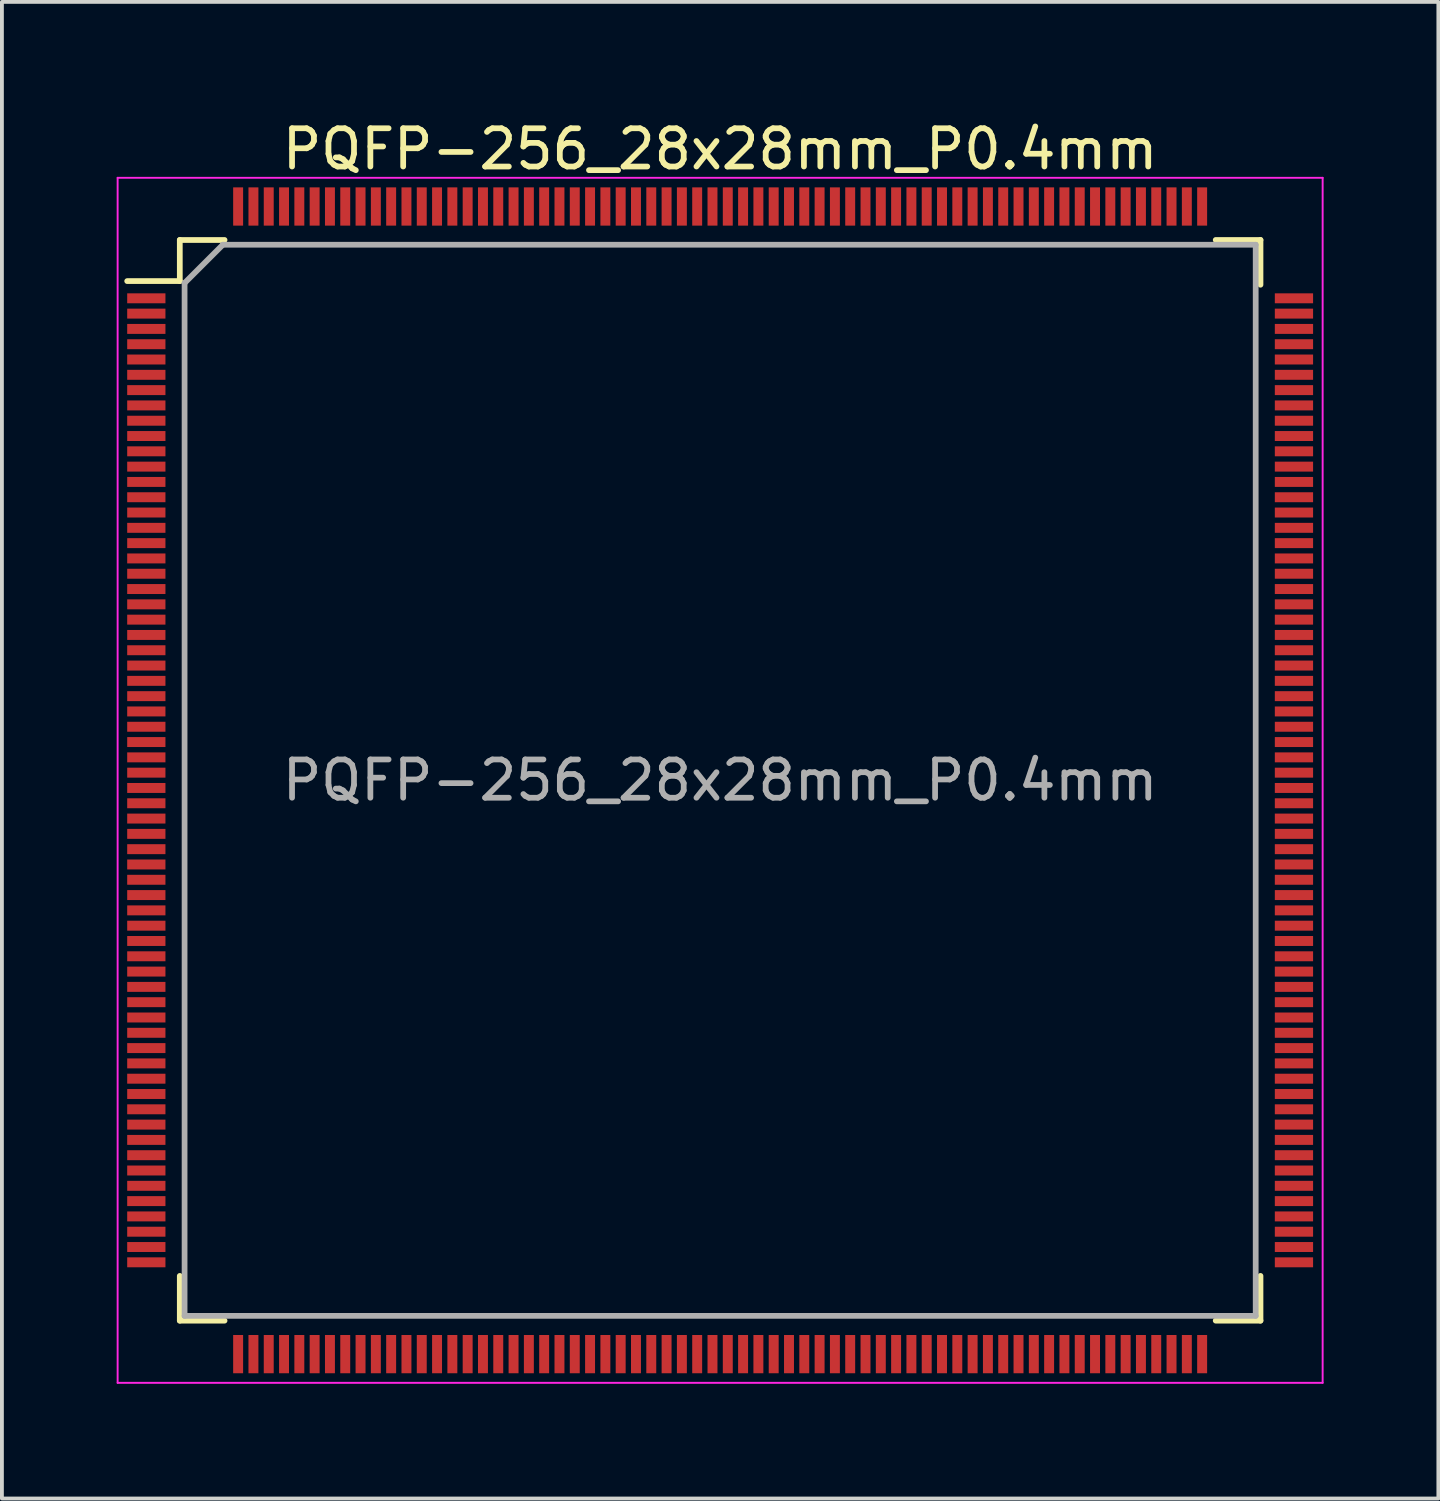
<source format=kicad_pcb>
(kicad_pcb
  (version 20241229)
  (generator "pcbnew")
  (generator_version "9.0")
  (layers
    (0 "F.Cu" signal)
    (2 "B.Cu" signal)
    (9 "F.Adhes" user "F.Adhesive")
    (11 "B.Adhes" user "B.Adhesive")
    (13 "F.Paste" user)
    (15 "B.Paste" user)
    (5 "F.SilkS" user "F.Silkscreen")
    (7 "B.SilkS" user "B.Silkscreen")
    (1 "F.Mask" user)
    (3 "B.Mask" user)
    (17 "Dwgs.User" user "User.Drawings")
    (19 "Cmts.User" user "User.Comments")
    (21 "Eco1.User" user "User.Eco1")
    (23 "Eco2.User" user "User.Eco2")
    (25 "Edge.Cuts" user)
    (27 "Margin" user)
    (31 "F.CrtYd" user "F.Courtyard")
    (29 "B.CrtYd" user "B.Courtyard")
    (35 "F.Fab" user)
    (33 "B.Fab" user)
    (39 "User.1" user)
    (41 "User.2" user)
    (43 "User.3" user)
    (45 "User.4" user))
  (footprint "PQFP-256_28x28mm_P0.4mm"
    (layer "F.Cu")
    (at 15.775 17.348)
    (property "Reference" "PQFP-256_28x28mm_P0.4mm" (at 0 -16.5 0) (layer "F.SilkS") (effects (font (size 1 1) (thickness 0.15))))
    (attr smd)
    (fp_line (start -14.125 -14.125) (end -14.125 -13.05) (stroke (width 0.15) (type solid)) (layer "F.SilkS"))
    (fp_line (start -14.125 -14.125) (end -12.955 -14.125) (stroke (width 0.15) (type solid)) (layer "F.SilkS"))
    (fp_line (start -14.125 -13.05) (end -15.5 -13.05) (stroke (width 0.15) (type solid)) (layer "F.SilkS"))
    (fp_line (start -14.125 14.125) (end -14.125 12.955) (stroke (width 0.15) (type solid)) (layer "F.SilkS"))
    (fp_line (start -14.125 14.125) (end -12.955 14.125) (stroke (width 0.15) (type solid)) (layer "F.SilkS"))
    (fp_line (start 14.125 -14.125) (end 12.955 -14.125) (stroke (width 0.15) (type solid)) (layer "F.SilkS"))
    (fp_line (start 14.125 -14.125) (end 14.125 -12.955) (stroke (width 0.15) (type solid)) (layer "F.SilkS"))
    (fp_line (start 14.125 14.125) (end 12.955 14.125) (stroke (width 0.15) (type solid)) (layer "F.SilkS"))
    (fp_line (start 14.125 14.125) (end 14.125 12.955) (stroke (width 0.15) (type solid)) (layer "F.SilkS"))
    (fp_line (start -15.75 -15.75) (end -15.75 15.75) (stroke (width 0.05) (type solid)) (layer "F.CrtYd"))
    (fp_line (start -15.75 -15.75) (end 15.75 -15.75) (stroke (width 0.05) (type solid)) (layer "F.CrtYd"))
    (fp_line (start -15.75 15.75) (end 15.75 15.75) (stroke (width 0.05) (type solid)) (layer "F.CrtYd"))
    (fp_line (start 15.75 -15.75) (end 15.75 15.75) (stroke (width 0.05) (type solid)) (layer "F.CrtYd"))
    (fp_line (start -14 -13) (end -13 -14) (stroke (width 0.15) (type solid)) (layer "F.Fab"))
    (fp_line (start -14 14) (end -14 -13) (stroke (width 0.15) (type solid)) (layer "F.Fab"))
    (fp_line (start -13 -14) (end 14 -14) (stroke (width 0.15) (type solid)) (layer "F.Fab"))
    (fp_line (start 14 -14) (end 14 14) (stroke (width 0.15) (type solid)) (layer "F.Fab"))
    (fp_line (start 14 14) (end -14 14) (stroke (width 0.15) (type solid)) (layer "F.Fab"))
    (fp_text user "${REFERENCE}" (at 0 0 0) (layer "F.Fab") (effects (font (size 1 1) (thickness 0.15))))
    (pad "1" smd rect (at -15 -12.6) (size 1 0.26) (layers "F.Cu" "F.Mask" "F.Paste"))
    (pad "2" smd rect (at -15 -12.2) (size 1 0.26) (layers "F.Cu" "F.Mask" "F.Paste"))
    (pad "3" smd rect (at -15 -11.8) (size 1 0.26) (layers "F.Cu" "F.Mask" "F.Paste"))
    (pad "4" smd rect (at -15 -11.4) (size 1 0.26) (layers "F.Cu" "F.Mask" "F.Paste"))
    (pad "5" smd rect (at -15 -11) (size 1 0.26) (layers "F.Cu" "F.Mask" "F.Paste"))
    (pad "6" smd rect (at -15 -10.6) (size 1 0.26) (layers "F.Cu" "F.Mask" "F.Paste"))
    (pad "7" smd rect (at -15 -10.2) (size 1 0.26) (layers "F.Cu" "F.Mask" "F.Paste"))
    (pad "8" smd rect (at -15 -9.8) (size 1 0.26) (layers "F.Cu" "F.Mask" "F.Paste"))
    (pad "9" smd rect (at -15 -9.4) (size 1 0.26) (layers "F.Cu" "F.Mask" "F.Paste"))
    (pad "10" smd rect (at -15 -9) (size 1 0.26) (layers "F.Cu" "F.Mask" "F.Paste"))
    (pad "11" smd rect (at -15 -8.6) (size 1 0.26) (layers "F.Cu" "F.Mask" "F.Paste"))
    (pad "12" smd rect (at -15 -8.2) (size 1 0.26) (layers "F.Cu" "F.Mask" "F.Paste"))
    (pad "13" smd rect (at -15 -7.8) (size 1 0.26) (layers "F.Cu" "F.Mask" "F.Paste"))
    (pad "14" smd rect (at -15 -7.4) (size 1 0.26) (layers "F.Cu" "F.Mask" "F.Paste"))
    (pad "15" smd rect (at -15 -7) (size 1 0.26) (layers "F.Cu" "F.Mask" "F.Paste"))
    (pad "16" smd rect (at -15 -6.6) (size 1 0.26) (layers "F.Cu" "F.Mask" "F.Paste"))
    (pad "17" smd rect (at -15 -6.2) (size 1 0.26) (layers "F.Cu" "F.Mask" "F.Paste"))
    (pad "18" smd rect (at -15 -5.8) (size 1 0.26) (layers "F.Cu" "F.Mask" "F.Paste"))
    (pad "19" smd rect (at -15 -5.4) (size 1 0.26) (layers "F.Cu" "F.Mask" "F.Paste"))
    (pad "20" smd rect (at -15 -5) (size 1 0.26) (layers "F.Cu" "F.Mask" "F.Paste"))
    (pad "21" smd rect (at -15 -4.6) (size 1 0.26) (layers "F.Cu" "F.Mask" "F.Paste"))
    (pad "22" smd rect (at -15 -4.2) (size 1 0.26) (layers "F.Cu" "F.Mask" "F.Paste"))
    (pad "23" smd rect (at -15 -3.8) (size 1 0.26) (layers "F.Cu" "F.Mask" "F.Paste"))
    (pad "24" smd rect (at -15 -3.4) (size 1 0.26) (layers "F.Cu" "F.Mask" "F.Paste"))
    (pad "25" smd rect (at -15 -3) (size 1 0.26) (layers "F.Cu" "F.Mask" "F.Paste"))
    (pad "26" smd rect (at -15 -2.6) (size 1 0.26) (layers "F.Cu" "F.Mask" "F.Paste"))
    (pad "27" smd rect (at -15 -2.2) (size 1 0.26) (layers "F.Cu" "F.Mask" "F.Paste"))
    (pad "28" smd rect (at -15 -1.8) (size 1 0.26) (layers "F.Cu" "F.Mask" "F.Paste"))
    (pad "29" smd rect (at -15 -1.4) (size 1 0.26) (layers "F.Cu" "F.Mask" "F.Paste"))
    (pad "30" smd rect (at -15 -1) (size 1 0.26) (layers "F.Cu" "F.Mask" "F.Paste"))
    (pad "31" smd rect (at -15 -0.6) (size 1 0.26) (layers "F.Cu" "F.Mask" "F.Paste"))
    (pad "32" smd rect (at -15 -0.2) (size 1 0.26) (layers "F.Cu" "F.Mask" "F.Paste"))
    (pad "33" smd rect (at -15 0.2) (size 1 0.26) (layers "F.Cu" "F.Mask" "F.Paste"))
    (pad "34" smd rect (at -15 0.6) (size 1 0.26) (layers "F.Cu" "F.Mask" "F.Paste"))
    (pad "35" smd rect (at -15 1) (size 1 0.26) (layers "F.Cu" "F.Mask" "F.Paste"))
    (pad "36" smd rect (at -15 1.4) (size 1 0.26) (layers "F.Cu" "F.Mask" "F.Paste"))
    (pad "37" smd rect (at -15 1.8) (size 1 0.26) (layers "F.Cu" "F.Mask" "F.Paste"))
    (pad "38" smd rect (at -15 2.2) (size 1 0.26) (layers "F.Cu" "F.Mask" "F.Paste"))
    (pad "39" smd rect (at -15 2.6) (size 1 0.26) (layers "F.Cu" "F.Mask" "F.Paste"))
    (pad "40" smd rect (at -15 3) (size 1 0.26) (layers "F.Cu" "F.Mask" "F.Paste"))
    (pad "41" smd rect (at -15 3.4) (size 1 0.26) (layers "F.Cu" "F.Mask" "F.Paste"))
    (pad "42" smd rect (at -15 3.8) (size 1 0.26) (layers "F.Cu" "F.Mask" "F.Paste"))
    (pad "43" smd rect (at -15 4.2) (size 1 0.26) (layers "F.Cu" "F.Mask" "F.Paste"))
    (pad "44" smd rect (at -15 4.6) (size 1 0.26) (layers "F.Cu" "F.Mask" "F.Paste"))
    (pad "45" smd rect (at -15 5) (size 1 0.26) (layers "F.Cu" "F.Mask" "F.Paste"))
    (pad "46" smd rect (at -15 5.4) (size 1 0.26) (layers "F.Cu" "F.Mask" "F.Paste"))
    (pad "47" smd rect (at -15 5.8) (size 1 0.26) (layers "F.Cu" "F.Mask" "F.Paste"))
    (pad "48" smd rect (at -15 6.2) (size 1 0.26) (layers "F.Cu" "F.Mask" "F.Paste"))
    (pad "49" smd rect (at -15 6.6) (size 1 0.26) (layers "F.Cu" "F.Mask" "F.Paste"))
    (pad "50" smd rect (at -15 7) (size 1 0.26) (layers "F.Cu" "F.Mask" "F.Paste"))
    (pad "51" smd rect (at -15 7.4) (size 1 0.26) (layers "F.Cu" "F.Mask" "F.Paste"))
    (pad "52" smd rect (at -15 7.8) (size 1 0.26) (layers "F.Cu" "F.Mask" "F.Paste"))
    (pad "53" smd rect (at -15 8.2) (size 1 0.26) (layers "F.Cu" "F.Mask" "F.Paste"))
    (pad "54" smd rect (at -15 8.6) (size 1 0.26) (layers "F.Cu" "F.Mask" "F.Paste"))
    (pad "55" smd rect (at -15 9) (size 1 0.26) (layers "F.Cu" "F.Mask" "F.Paste"))
    (pad "56" smd rect (at -15 9.4) (size 1 0.26) (layers "F.Cu" "F.Mask" "F.Paste"))
    (pad "57" smd rect (at -15 9.8) (size 1 0.26) (layers "F.Cu" "F.Mask" "F.Paste"))
    (pad "58" smd rect (at -15 10.2) (size 1 0.26) (layers "F.Cu" "F.Mask" "F.Paste"))
    (pad "59" smd rect (at -15 10.6) (size 1 0.26) (layers "F.Cu" "F.Mask" "F.Paste"))
    (pad "60" smd rect (at -15 11) (size 1 0.26) (layers "F.Cu" "F.Mask" "F.Paste"))
    (pad "61" smd rect (at -15 11.4) (size 1 0.26) (layers "F.Cu" "F.Mask" "F.Paste"))
    (pad "62" smd rect (at -15 11.8) (size 1 0.26) (layers "F.Cu" "F.Mask" "F.Paste"))
    (pad "63" smd rect (at -15 12.2) (size 1 0.26) (layers "F.Cu" "F.Mask" "F.Paste"))
    (pad "64" smd rect (at -15 12.6) (size 1 0.26) (layers "F.Cu" "F.Mask" "F.Paste"))
    (pad "65" smd rect (at -12.6 15 90) (size 1 0.26) (layers "F.Cu" "F.Mask" "F.Paste"))
    (pad "66" smd rect (at -12.2 15 90) (size 1 0.26) (layers "F.Cu" "F.Mask" "F.Paste"))
    (pad "67" smd rect (at -11.8 15 90) (size 1 0.26) (layers "F.Cu" "F.Mask" "F.Paste"))
    (pad "68" smd rect (at -11.4 15 90) (size 1 0.26) (layers "F.Cu" "F.Mask" "F.Paste"))
    (pad "69" smd rect (at -11 15 90) (size 1 0.26) (layers "F.Cu" "F.Mask" "F.Paste"))
    (pad "70" smd rect (at -10.6 15 90) (size 1 0.26) (layers "F.Cu" "F.Mask" "F.Paste"))
    (pad "71" smd rect (at -10.2 15 90) (size 1 0.26) (layers "F.Cu" "F.Mask" "F.Paste"))
    (pad "72" smd rect (at -9.8 15 90) (size 1 0.26) (layers "F.Cu" "F.Mask" "F.Paste"))
    (pad "73" smd rect (at -9.4 15 90) (size 1 0.26) (layers "F.Cu" "F.Mask" "F.Paste"))
    (pad "74" smd rect (at -9 15 90) (size 1 0.26) (layers "F.Cu" "F.Mask" "F.Paste"))
    (pad "75" smd rect (at -8.6 15 90) (size 1 0.26) (layers "F.Cu" "F.Mask" "F.Paste"))
    (pad "76" smd rect (at -8.2 15 90) (size 1 0.26) (layers "F.Cu" "F.Mask" "F.Paste"))
    (pad "77" smd rect (at -7.8 15 90) (size 1 0.26) (layers "F.Cu" "F.Mask" "F.Paste"))
    (pad "78" smd rect (at -7.4 15 90) (size 1 0.26) (layers "F.Cu" "F.Mask" "F.Paste"))
    (pad "79" smd rect (at -7 15 90) (size 1 0.26) (layers "F.Cu" "F.Mask" "F.Paste"))
    (pad "80" smd rect (at -6.6 15 90) (size 1 0.26) (layers "F.Cu" "F.Mask" "F.Paste"))
    (pad "81" smd rect (at -6.2 15 90) (size 1 0.26) (layers "F.Cu" "F.Mask" "F.Paste"))
    (pad "82" smd rect (at -5.8 15 90) (size 1 0.26) (layers "F.Cu" "F.Mask" "F.Paste"))
    (pad "83" smd rect (at -5.4 15 90) (size 1 0.26) (layers "F.Cu" "F.Mask" "F.Paste"))
    (pad "84" smd rect (at -5 15 90) (size 1 0.26) (layers "F.Cu" "F.Mask" "F.Paste"))
    (pad "85" smd rect (at -4.6 15 90) (size 1 0.26) (layers "F.Cu" "F.Mask" "F.Paste"))
    (pad "86" smd rect (at -4.2 15 90) (size 1 0.26) (layers "F.Cu" "F.Mask" "F.Paste"))
    (pad "87" smd rect (at -3.8 15 90) (size 1 0.26) (layers "F.Cu" "F.Mask" "F.Paste"))
    (pad "88" smd rect (at -3.4 15 90) (size 1 0.26) (layers "F.Cu" "F.Mask" "F.Paste"))
    (pad "89" smd rect (at -3 15 90) (size 1 0.26) (layers "F.Cu" "F.Mask" "F.Paste"))
    (pad "90" smd rect (at -2.6 15 90) (size 1 0.26) (layers "F.Cu" "F.Mask" "F.Paste"))
    (pad "91" smd rect (at -2.2 15 90) (size 1 0.26) (layers "F.Cu" "F.Mask" "F.Paste"))
    (pad "92" smd rect (at -1.8 15 90) (size 1 0.26) (layers "F.Cu" "F.Mask" "F.Paste"))
    (pad "93" smd rect (at -1.4 15 90) (size 1 0.26) (layers "F.Cu" "F.Mask" "F.Paste"))
    (pad "94" smd rect (at -1 15 90) (size 1 0.26) (layers "F.Cu" "F.Mask" "F.Paste"))
    (pad "95" smd rect (at -0.6 15 90) (size 1 0.26) (layers "F.Cu" "F.Mask" "F.Paste"))
    (pad "96" smd rect (at -0.2 15 90) (size 1 0.26) (layers "F.Cu" "F.Mask" "F.Paste"))
    (pad "97" smd rect (at 0.2 15 90) (size 1 0.26) (layers "F.Cu" "F.Mask" "F.Paste"))
    (pad "98" smd rect (at 0.6 15 90) (size 1 0.26) (layers "F.Cu" "F.Mask" "F.Paste"))
    (pad "99" smd rect (at 1 15 90) (size 1 0.26) (layers "F.Cu" "F.Mask" "F.Paste"))
    (pad "100" smd rect (at 1.4 15 90) (size 1 0.26) (layers "F.Cu" "F.Mask" "F.Paste"))
    (pad "101" smd rect (at 1.8 15 90) (size 1 0.26) (layers "F.Cu" "F.Mask" "F.Paste"))
    (pad "102" smd rect (at 2.2 15 90) (size 1 0.26) (layers "F.Cu" "F.Mask" "F.Paste"))
    (pad "103" smd rect (at 2.6 15 90) (size 1 0.26) (layers "F.Cu" "F.Mask" "F.Paste"))
    (pad "104" smd rect (at 3 15 90) (size 1 0.26) (layers "F.Cu" "F.Mask" "F.Paste"))
    (pad "105" smd rect (at 3.4 15 90) (size 1 0.26) (layers "F.Cu" "F.Mask" "F.Paste"))
    (pad "106" smd rect (at 3.8 15 90) (size 1 0.26) (layers "F.Cu" "F.Mask" "F.Paste"))
    (pad "107" smd rect (at 4.2 15 90) (size 1 0.26) (layers "F.Cu" "F.Mask" "F.Paste"))
    (pad "108" smd rect (at 4.6 15 90) (size 1 0.26) (layers "F.Cu" "F.Mask" "F.Paste"))
    (pad "109" smd rect (at 5 15 90) (size 1 0.26) (layers "F.Cu" "F.Mask" "F.Paste"))
    (pad "110" smd rect (at 5.4 15 90) (size 1 0.26) (layers "F.Cu" "F.Mask" "F.Paste"))
    (pad "111" smd rect (at 5.8 15 90) (size 1 0.26) (layers "F.Cu" "F.Mask" "F.Paste"))
    (pad "112" smd rect (at 6.2 15 90) (size 1 0.26) (layers "F.Cu" "F.Mask" "F.Paste"))
    (pad "113" smd rect (at 6.6 15 90) (size 1 0.26) (layers "F.Cu" "F.Mask" "F.Paste"))
    (pad "114" smd rect (at 7 15 90) (size 1 0.26) (layers "F.Cu" "F.Mask" "F.Paste"))
    (pad "115" smd rect (at 7.4 15 90) (size 1 0.26) (layers "F.Cu" "F.Mask" "F.Paste"))
    (pad "116" smd rect (at 7.8 15 90) (size 1 0.26) (layers "F.Cu" "F.Mask" "F.Paste"))
    (pad "117" smd rect (at 8.2 15 90) (size 1 0.26) (layers "F.Cu" "F.Mask" "F.Paste"))
    (pad "118" smd rect (at 8.6 15 90) (size 1 0.26) (layers "F.Cu" "F.Mask" "F.Paste"))
    (pad "119" smd rect (at 9 15 90) (size 1 0.26) (layers "F.Cu" "F.Mask" "F.Paste"))
    (pad "120" smd rect (at 9.4 15 90) (size 1 0.26) (layers "F.Cu" "F.Mask" "F.Paste"))
    (pad "121" smd rect (at 9.8 15 90) (size 1 0.26) (layers "F.Cu" "F.Mask" "F.Paste"))
    (pad "122" smd rect (at 10.2 15 90) (size 1 0.26) (layers "F.Cu" "F.Mask" "F.Paste"))
    (pad "123" smd rect (at 10.6 15 90) (size 1 0.26) (layers "F.Cu" "F.Mask" "F.Paste"))
    (pad "124" smd rect (at 11 15 90) (size 1 0.26) (layers "F.Cu" "F.Mask" "F.Paste"))
    (pad "125" smd rect (at 11.4 15 90) (size 1 0.26) (layers "F.Cu" "F.Mask" "F.Paste"))
    (pad "126" smd rect (at 11.8 15 90) (size 1 0.26) (layers "F.Cu" "F.Mask" "F.Paste"))
    (pad "127" smd rect (at 12.2 15 90) (size 1 0.26) (layers "F.Cu" "F.Mask" "F.Paste"))
    (pad "128" smd rect (at 12.6 15 90) (size 1 0.26) (layers "F.Cu" "F.Mask" "F.Paste"))
    (pad "129" smd rect (at 15 12.6) (size 1 0.26) (layers "F.Cu" "F.Mask" "F.Paste"))
    (pad "130" smd rect (at 15 12.2) (size 1 0.26) (layers "F.Cu" "F.Mask" "F.Paste"))
    (pad "131" smd rect (at 15 11.8) (size 1 0.26) (layers "F.Cu" "F.Mask" "F.Paste"))
    (pad "132" smd rect (at 15 11.4) (size 1 0.26) (layers "F.Cu" "F.Mask" "F.Paste"))
    (pad "133" smd rect (at 15 11) (size 1 0.26) (layers "F.Cu" "F.Mask" "F.Paste"))
    (pad "134" smd rect (at 15 10.6) (size 1 0.26) (layers "F.Cu" "F.Mask" "F.Paste"))
    (pad "135" smd rect (at 15 10.2) (size 1 0.26) (layers "F.Cu" "F.Mask" "F.Paste"))
    (pad "136" smd rect (at 15 9.8) (size 1 0.26) (layers "F.Cu" "F.Mask" "F.Paste"))
    (pad "137" smd rect (at 15 9.4) (size 1 0.26) (layers "F.Cu" "F.Mask" "F.Paste"))
    (pad "138" smd rect (at 15 9) (size 1 0.26) (layers "F.Cu" "F.Mask" "F.Paste"))
    (pad "139" smd rect (at 15 8.6) (size 1 0.26) (layers "F.Cu" "F.Mask" "F.Paste"))
    (pad "140" smd rect (at 15 8.2) (size 1 0.26) (layers "F.Cu" "F.Mask" "F.Paste"))
    (pad "141" smd rect (at 15 7.8) (size 1 0.26) (layers "F.Cu" "F.Mask" "F.Paste"))
    (pad "142" smd rect (at 15 7.4) (size 1 0.26) (layers "F.Cu" "F.Mask" "F.Paste"))
    (pad "143" smd rect (at 15 7) (size 1 0.26) (layers "F.Cu" "F.Mask" "F.Paste"))
    (pad "144" smd rect (at 15 6.6) (size 1 0.26) (layers "F.Cu" "F.Mask" "F.Paste"))
    (pad "145" smd rect (at 15 6.2) (size 1 0.26) (layers "F.Cu" "F.Mask" "F.Paste"))
    (pad "146" smd rect (at 15 5.8) (size 1 0.26) (layers "F.Cu" "F.Mask" "F.Paste"))
    (pad "147" smd rect (at 15 5.4) (size 1 0.26) (layers "F.Cu" "F.Mask" "F.Paste"))
    (pad "148" smd rect (at 15 5) (size 1 0.26) (layers "F.Cu" "F.Mask" "F.Paste"))
    (pad "149" smd rect (at 15 4.6) (size 1 0.26) (layers "F.Cu" "F.Mask" "F.Paste"))
    (pad "150" smd rect (at 15 4.2) (size 1 0.26) (layers "F.Cu" "F.Mask" "F.Paste"))
    (pad "151" smd rect (at 15 3.8) (size 1 0.26) (layers "F.Cu" "F.Mask" "F.Paste"))
    (pad "152" smd rect (at 15 3.4) (size 1 0.26) (layers "F.Cu" "F.Mask" "F.Paste"))
    (pad "153" smd rect (at 15 3) (size 1 0.26) (layers "F.Cu" "F.Mask" "F.Paste"))
    (pad "154" smd rect (at 15 2.6) (size 1 0.26) (layers "F.Cu" "F.Mask" "F.Paste"))
    (pad "155" smd rect (at 15 2.2) (size 1 0.26) (layers "F.Cu" "F.Mask" "F.Paste"))
    (pad "156" smd rect (at 15 1.8) (size 1 0.26) (layers "F.Cu" "F.Mask" "F.Paste"))
    (pad "157" smd rect (at 15 1.4) (size 1 0.26) (layers "F.Cu" "F.Mask" "F.Paste"))
    (pad "158" smd rect (at 15 1) (size 1 0.26) (layers "F.Cu" "F.Mask" "F.Paste"))
    (pad "159" smd rect (at 15 0.6) (size 1 0.26) (layers "F.Cu" "F.Mask" "F.Paste"))
    (pad "160" smd rect (at 15 0.2) (size 1 0.26) (layers "F.Cu" "F.Mask" "F.Paste"))
    (pad "161" smd rect (at 15 -0.2) (size 1 0.26) (layers "F.Cu" "F.Mask" "F.Paste"))
    (pad "162" smd rect (at 15 -0.6) (size 1 0.26) (layers "F.Cu" "F.Mask" "F.Paste"))
    (pad "163" smd rect (at 15 -1) (size 1 0.26) (layers "F.Cu" "F.Mask" "F.Paste"))
    (pad "164" smd rect (at 15 -1.4) (size 1 0.26) (layers "F.Cu" "F.Mask" "F.Paste"))
    (pad "165" smd rect (at 15 -1.8) (size 1 0.26) (layers "F.Cu" "F.Mask" "F.Paste"))
    (pad "166" smd rect (at 15 -2.2) (size 1 0.26) (layers "F.Cu" "F.Mask" "F.Paste"))
    (pad "167" smd rect (at 15 -2.6) (size 1 0.26) (layers "F.Cu" "F.Mask" "F.Paste"))
    (pad "168" smd rect (at 15 -3) (size 1 0.26) (layers "F.Cu" "F.Mask" "F.Paste"))
    (pad "169" smd rect (at 15 -3.4) (size 1 0.26) (layers "F.Cu" "F.Mask" "F.Paste"))
    (pad "170" smd rect (at 15 -3.8) (size 1 0.26) (layers "F.Cu" "F.Mask" "F.Paste"))
    (pad "171" smd rect (at 15 -4.2) (size 1 0.26) (layers "F.Cu" "F.Mask" "F.Paste"))
    (pad "172" smd rect (at 15 -4.6) (size 1 0.26) (layers "F.Cu" "F.Mask" "F.Paste"))
    (pad "173" smd rect (at 15 -5) (size 1 0.26) (layers "F.Cu" "F.Mask" "F.Paste"))
    (pad "174" smd rect (at 15 -5.4) (size 1 0.26) (layers "F.Cu" "F.Mask" "F.Paste"))
    (pad "175" smd rect (at 15 -5.8) (size 1 0.26) (layers "F.Cu" "F.Mask" "F.Paste"))
    (pad "176" smd rect (at 15 -6.2) (size 1 0.26) (layers "F.Cu" "F.Mask" "F.Paste"))
    (pad "177" smd rect (at 15 -6.6) (size 1 0.26) (layers "F.Cu" "F.Mask" "F.Paste"))
    (pad "178" smd rect (at 15 -7) (size 1 0.26) (layers "F.Cu" "F.Mask" "F.Paste"))
    (pad "179" smd rect (at 15 -7.4) (size 1 0.26) (layers "F.Cu" "F.Mask" "F.Paste"))
    (pad "180" smd rect (at 15 -7.8) (size 1 0.26) (layers "F.Cu" "F.Mask" "F.Paste"))
    (pad "181" smd rect (at 15 -8.2) (size 1 0.26) (layers "F.Cu" "F.Mask" "F.Paste"))
    (pad "182" smd rect (at 15 -8.6) (size 1 0.26) (layers "F.Cu" "F.Mask" "F.Paste"))
    (pad "183" smd rect (at 15 -9) (size 1 0.26) (layers "F.Cu" "F.Mask" "F.Paste"))
    (pad "184" smd rect (at 15 -9.4) (size 1 0.26) (layers "F.Cu" "F.Mask" "F.Paste"))
    (pad "185" smd rect (at 15 -9.8) (size 1 0.26) (layers "F.Cu" "F.Mask" "F.Paste"))
    (pad "186" smd rect (at 15 -10.2) (size 1 0.26) (layers "F.Cu" "F.Mask" "F.Paste"))
    (pad "187" smd rect (at 15 -10.6) (size 1 0.26) (layers "F.Cu" "F.Mask" "F.Paste"))
    (pad "188" smd rect (at 15 -11) (size 1 0.26) (layers "F.Cu" "F.Mask" "F.Paste"))
    (pad "189" smd rect (at 15 -11.4) (size 1 0.26) (layers "F.Cu" "F.Mask" "F.Paste"))
    (pad "190" smd rect (at 15 -11.8) (size 1 0.26) (layers "F.Cu" "F.Mask" "F.Paste"))
    (pad "191" smd rect (at 15 -12.2) (size 1 0.26) (layers "F.Cu" "F.Mask" "F.Paste"))
    (pad "192" smd rect (at 15 -12.6) (size 1 0.26) (layers "F.Cu" "F.Mask" "F.Paste"))
    (pad "193" smd rect (at 12.6 -15 90) (size 1 0.26) (layers "F.Cu" "F.Mask" "F.Paste"))
    (pad "194" smd rect (at 12.2 -15 90) (size 1 0.26) (layers "F.Cu" "F.Mask" "F.Paste"))
    (pad "195" smd rect (at 11.8 -15 90) (size 1 0.26) (layers "F.Cu" "F.Mask" "F.Paste"))
    (pad "196" smd rect (at 11.4 -15 90) (size 1 0.26) (layers "F.Cu" "F.Mask" "F.Paste"))
    (pad "197" smd rect (at 11 -15 90) (size 1 0.26) (layers "F.Cu" "F.Mask" "F.Paste"))
    (pad "198" smd rect (at 10.6 -15 90) (size 1 0.26) (layers "F.Cu" "F.Mask" "F.Paste"))
    (pad "199" smd rect (at 10.2 -15 90) (size 1 0.26) (layers "F.Cu" "F.Mask" "F.Paste"))
    (pad "200" smd rect (at 9.8 -15 90) (size 1 0.26) (layers "F.Cu" "F.Mask" "F.Paste"))
    (pad "201" smd rect (at 9.4 -15 90) (size 1 0.26) (layers "F.Cu" "F.Mask" "F.Paste"))
    (pad "202" smd rect (at 9 -15 90) (size 1 0.26) (layers "F.Cu" "F.Mask" "F.Paste"))
    (pad "203" smd rect (at 8.6 -15 90) (size 1 0.26) (layers "F.Cu" "F.Mask" "F.Paste"))
    (pad "204" smd rect (at 8.2 -15 90) (size 1 0.26) (layers "F.Cu" "F.Mask" "F.Paste"))
    (pad "205" smd rect (at 7.8 -15 90) (size 1 0.26) (layers "F.Cu" "F.Mask" "F.Paste"))
    (pad "206" smd rect (at 7.4 -15 90) (size 1 0.26) (layers "F.Cu" "F.Mask" "F.Paste"))
    (pad "207" smd rect (at 7 -15 90) (size 1 0.26) (layers "F.Cu" "F.Mask" "F.Paste"))
    (pad "208" smd rect (at 6.6 -15 90) (size 1 0.26) (layers "F.Cu" "F.Mask" "F.Paste"))
    (pad "209" smd rect (at 6.2 -15 90) (size 1 0.26) (layers "F.Cu" "F.Mask" "F.Paste"))
    (pad "210" smd rect (at 5.8 -15 90) (size 1 0.26) (layers "F.Cu" "F.Mask" "F.Paste"))
    (pad "211" smd rect (at 5.4 -15 90) (size 1 0.26) (layers "F.Cu" "F.Mask" "F.Paste"))
    (pad "212" smd rect (at 5 -15 90) (size 1 0.26) (layers "F.Cu" "F.Mask" "F.Paste"))
    (pad "213" smd rect (at 4.6 -15 90) (size 1 0.26) (layers "F.Cu" "F.Mask" "F.Paste"))
    (pad "214" smd rect (at 4.2 -15 90) (size 1 0.26) (layers "F.Cu" "F.Mask" "F.Paste"))
    (pad "215" smd rect (at 3.8 -15 90) (size 1 0.26) (layers "F.Cu" "F.Mask" "F.Paste"))
    (pad "216" smd rect (at 3.4 -15 90) (size 1 0.26) (layers "F.Cu" "F.Mask" "F.Paste"))
    (pad "217" smd rect (at 3 -15 90) (size 1 0.26) (layers "F.Cu" "F.Mask" "F.Paste"))
    (pad "218" smd rect (at 2.6 -15 90) (size 1 0.26) (layers "F.Cu" "F.Mask" "F.Paste"))
    (pad "219" smd rect (at 2.2 -15 90) (size 1 0.26) (layers "F.Cu" "F.Mask" "F.Paste"))
    (pad "220" smd rect (at 1.8 -15 90) (size 1 0.26) (layers "F.Cu" "F.Mask" "F.Paste"))
    (pad "221" smd rect (at 1.4 -15 90) (size 1 0.26) (layers "F.Cu" "F.Mask" "F.Paste"))
    (pad "222" smd rect (at 1 -15 90) (size 1 0.26) (layers "F.Cu" "F.Mask" "F.Paste"))
    (pad "223" smd rect (at 0.6 -15 90) (size 1 0.26) (layers "F.Cu" "F.Mask" "F.Paste"))
    (pad "224" smd rect (at 0.2 -15 90) (size 1 0.26) (layers "F.Cu" "F.Mask" "F.Paste"))
    (pad "225" smd rect (at -0.2 -15 90) (size 1 0.26) (layers "F.Cu" "F.Mask" "F.Paste"))
    (pad "226" smd rect (at -0.6 -15 90) (size 1 0.26) (layers "F.Cu" "F.Mask" "F.Paste"))
    (pad "227" smd rect (at -1 -15 90) (size 1 0.26) (layers "F.Cu" "F.Mask" "F.Paste"))
    (pad "228" smd rect (at -1.4 -15 90) (size 1 0.26) (layers "F.Cu" "F.Mask" "F.Paste"))
    (pad "229" smd rect (at -1.8 -15 90) (size 1 0.26) (layers "F.Cu" "F.Mask" "F.Paste"))
    (pad "230" smd rect (at -2.2 -15 90) (size 1 0.26) (layers "F.Cu" "F.Mask" "F.Paste"))
    (pad "231" smd rect (at -2.6 -15 90) (size 1 0.26) (layers "F.Cu" "F.Mask" "F.Paste"))
    (pad "232" smd rect (at -3 -15 90) (size 1 0.26) (layers "F.Cu" "F.Mask" "F.Paste"))
    (pad "233" smd rect (at -3.4 -15 90) (size 1 0.26) (layers "F.Cu" "F.Mask" "F.Paste"))
    (pad "234" smd rect (at -3.8 -15 90) (size 1 0.26) (layers "F.Cu" "F.Mask" "F.Paste"))
    (pad "235" smd rect (at -4.2 -15 90) (size 1 0.26) (layers "F.Cu" "F.Mask" "F.Paste"))
    (pad "236" smd rect (at -4.6 -15 90) (size 1 0.26) (layers "F.Cu" "F.Mask" "F.Paste"))
    (pad "237" smd rect (at -5 -15 90) (size 1 0.26) (layers "F.Cu" "F.Mask" "F.Paste"))
    (pad "238" smd rect (at -5.4 -15 90) (size 1 0.26) (layers "F.Cu" "F.Mask" "F.Paste"))
    (pad "239" smd rect (at -5.8 -15 90) (size 1 0.26) (layers "F.Cu" "F.Mask" "F.Paste"))
    (pad "240" smd rect (at -6.2 -15 90) (size 1 0.26) (layers "F.Cu" "F.Mask" "F.Paste"))
    (pad "241" smd rect (at -6.6 -15 90) (size 1 0.26) (layers "F.Cu" "F.Mask" "F.Paste"))
    (pad "242" smd rect (at -7 -15 90) (size 1 0.26) (layers "F.Cu" "F.Mask" "F.Paste"))
    (pad "243" smd rect (at -7.4 -15 90) (size 1 0.26) (layers "F.Cu" "F.Mask" "F.Paste"))
    (pad "244" smd rect (at -7.8 -15 90) (size 1 0.26) (layers "F.Cu" "F.Mask" "F.Paste"))
    (pad "245" smd rect (at -8.2 -15 90) (size 1 0.26) (layers "F.Cu" "F.Mask" "F.Paste"))
    (pad "246" smd rect (at -8.6 -15 90) (size 1 0.26) (layers "F.Cu" "F.Mask" "F.Paste"))
    (pad "247" smd rect (at -9 -15 90) (size 1 0.26) (layers "F.Cu" "F.Mask" "F.Paste"))
    (pad "248" smd rect (at -9.4 -15 90) (size 1 0.26) (layers "F.Cu" "F.Mask" "F.Paste"))
    (pad "249" smd rect (at -9.8 -15 90) (size 1 0.26) (layers "F.Cu" "F.Mask" "F.Paste"))
    (pad "250" smd rect (at -10.2 -15 90) (size 1 0.26) (layers "F.Cu" "F.Mask" "F.Paste"))
    (pad "251" smd rect (at -10.6 -15 90) (size 1 0.26) (layers "F.Cu" "F.Mask" "F.Paste"))
    (pad "252" smd rect (at -11 -15 90) (size 1 0.26) (layers "F.Cu" "F.Mask" "F.Paste"))
    (pad "253" smd rect (at -11.4 -15 90) (size 1 0.26) (layers "F.Cu" "F.Mask" "F.Paste"))
    (pad "254" smd rect (at -11.8 -15 90) (size 1 0.26) (layers "F.Cu" "F.Mask" "F.Paste"))
    (pad "255" smd rect (at -12.2 -15 90) (size 1 0.26) (layers "F.Cu" "F.Mask" "F.Paste"))
    (pad "256" smd rect (at -12.6 -15 90) (size 1 0.26) (layers "F.Cu" "F.Mask" "F.Paste")))
  (gr_rect
    (start -3 -3)
    (end 34.55 36.123)
    (stroke (width 0.1) (type default))
    (fill no)
    (layer "Edge.Cuts")))
</source>
